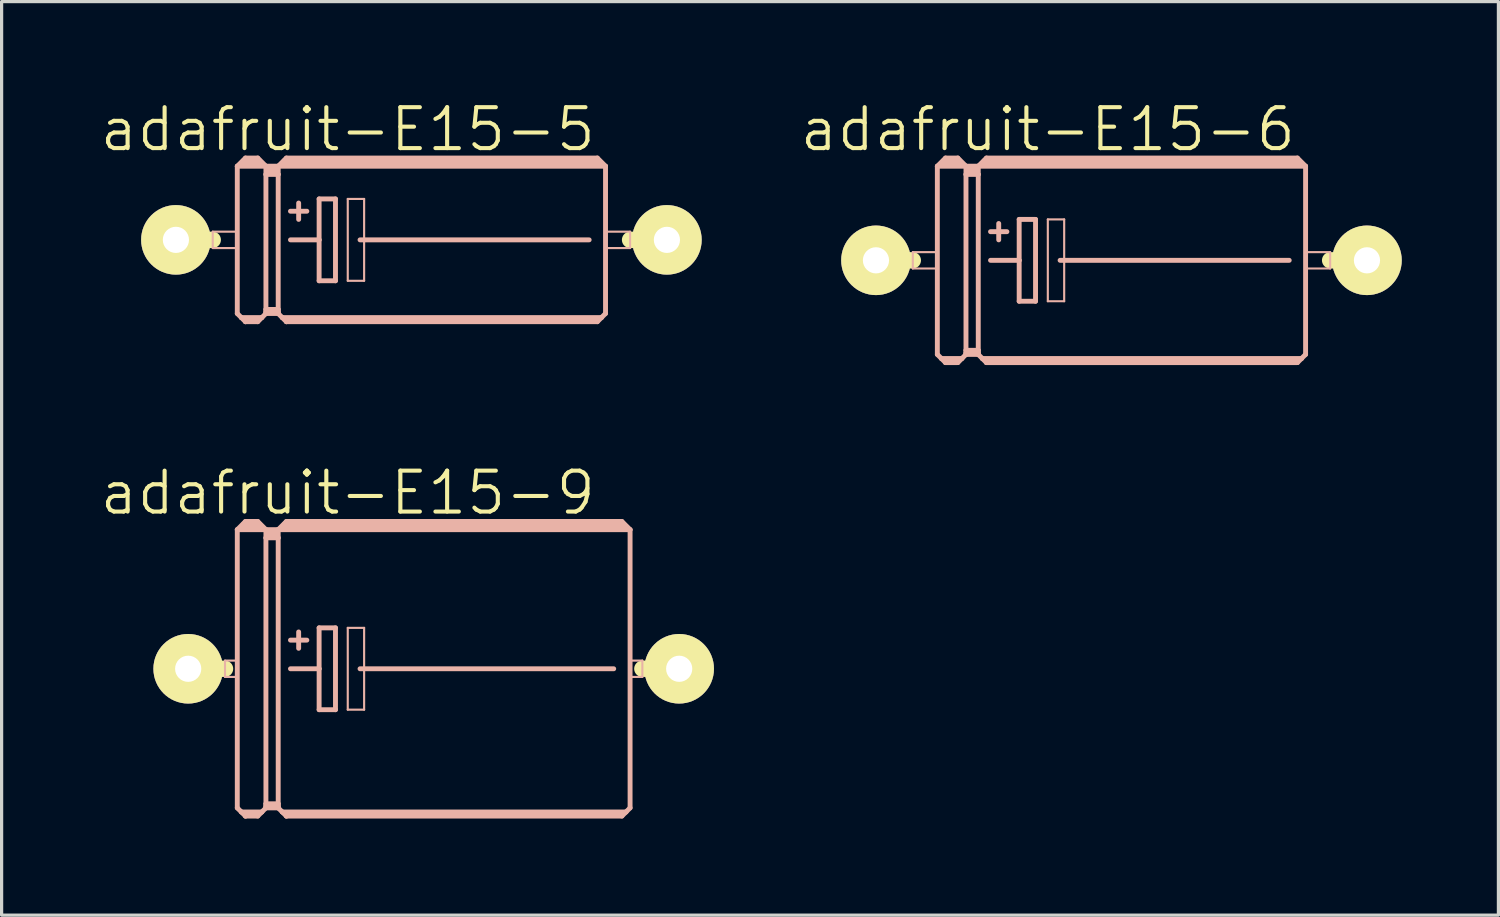
<source format=kicad_pcb>
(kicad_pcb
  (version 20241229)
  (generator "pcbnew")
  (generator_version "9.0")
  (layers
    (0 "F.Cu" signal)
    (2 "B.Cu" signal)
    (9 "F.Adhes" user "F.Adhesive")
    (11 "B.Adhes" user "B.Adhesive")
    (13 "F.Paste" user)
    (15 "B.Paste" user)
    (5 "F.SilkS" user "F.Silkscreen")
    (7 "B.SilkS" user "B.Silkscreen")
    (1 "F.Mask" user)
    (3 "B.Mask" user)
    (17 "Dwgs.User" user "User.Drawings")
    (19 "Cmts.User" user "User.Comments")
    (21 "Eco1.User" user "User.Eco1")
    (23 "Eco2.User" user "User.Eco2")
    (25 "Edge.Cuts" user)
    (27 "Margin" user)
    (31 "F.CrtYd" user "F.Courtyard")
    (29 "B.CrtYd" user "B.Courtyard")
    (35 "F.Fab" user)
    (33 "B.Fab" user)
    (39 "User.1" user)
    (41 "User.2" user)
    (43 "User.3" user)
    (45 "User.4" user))
  (footprint "adafruit-E15-6"
    (layer "F.Cu")
    (at 31.759 5.03)
    (property "Reference" "adafruit-E15-6" (at -2.286 -4.064 0) (layer "F.SilkS") (effects (font (size 1.27 1.27) (thickness 0.127))))
    (attr exclude_from_pos_files exclude_from_bom)
    (fp_line (start -7.62 0) (end -6.477 0) (stroke (width 0.508) (type solid)) (layer "F.SilkS"))
    (fp_line (start 7.62 0) (end 6.477 0) (stroke (width 0.508) (type solid)) (layer "F.SilkS"))
    (fp_line (start -6.477 -0.254) (end -5.715 -0.254) (stroke (width 0.066) (type solid)) (layer "B.SilkS"))
    (fp_line (start -6.477 0.254) (end -6.477 -0.254) (stroke (width 0.066) (type solid)) (layer "B.SilkS"))
    (fp_line (start -6.477 0.254) (end -5.715 0.254) (stroke (width 0.066) (type solid)) (layer "B.SilkS"))
    (fp_line (start -5.715 -2.921) (end -4.826 -2.921) (stroke (width 0.152) (type solid)) (layer "B.SilkS"))
    (fp_line (start -5.715 0.254) (end -5.715 -0.254) (stroke (width 0.066) (type solid)) (layer "B.SilkS"))
    (fp_line (start -5.715 2.921) (end -5.715 -2.921) (stroke (width 0.152) (type solid)) (layer "B.SilkS"))
    (fp_line (start -5.715 2.921) (end -5.588 3.048) (stroke (width 0.152) (type solid)) (layer "B.SilkS"))
    (fp_line (start -5.588 3.048) (end -5.461 3.175) (stroke (width 0.152) (type solid)) (layer "B.SilkS"))
    (fp_line (start -5.588 3.048) (end -4.953 3.048) (stroke (width 0.152) (type solid)) (layer "B.SilkS"))
    (fp_line (start -5.461 -3.175) (end -5.715 -2.921) (stroke (width 0.152) (type solid)) (layer "B.SilkS"))
    (fp_line (start -5.461 -3.175) (end -5.08 -3.175) (stroke (width 0.152) (type solid)) (layer "B.SilkS"))
    (fp_line (start -5.461 -3.048) (end -5.08 -3.048) (stroke (width 0.305) (type solid)) (layer "B.SilkS"))
    (fp_line (start -5.461 3.124) (end -5.461 3.175) (stroke (width 0.152) (type solid)) (layer "B.SilkS"))
    (fp_line (start -5.461 3.175) (end -5.08 3.175) (stroke (width 0.152) (type solid)) (layer "B.SilkS"))
    (fp_line (start -5.08 -3.175) (end -4.826 -2.921) (stroke (width 0.152) (type solid)) (layer "B.SilkS"))
    (fp_line (start -5.08 3.124) (end -5.461 3.124) (stroke (width 0.152) (type solid)) (layer "B.SilkS"))
    (fp_line (start -5.08 3.175) (end -4.953 3.048) (stroke (width 0.152) (type solid)) (layer "B.SilkS"))
    (fp_line (start -4.953 3.048) (end -4.826 2.921) (stroke (width 0.152) (type solid)) (layer "B.SilkS"))
    (fp_line (start -4.826 -2.921) (end -4.826 -2.667) (stroke (width 0.152) (type solid)) (layer "B.SilkS"))
    (fp_line (start -4.826 -2.921) (end -4.445 -2.921) (stroke (width 0.152) (type solid)) (layer "B.SilkS"))
    (fp_line (start -4.826 -2.667) (end -4.826 2.794) (stroke (width 0.152) (type solid)) (layer "B.SilkS"))
    (fp_line (start -4.826 -2.667) (end -4.445 -2.667) (stroke (width 0.152) (type solid)) (layer "B.SilkS"))
    (fp_line (start -4.826 2.794) (end -4.826 2.87) (stroke (width 0.152) (type solid)) (layer "B.SilkS"))
    (fp_line (start -4.826 2.794) (end -4.445 2.794) (stroke (width 0.152) (type solid)) (layer "B.SilkS"))
    (fp_line (start -4.826 2.87) (end -4.826 2.921) (stroke (width 0.152) (type solid)) (layer "B.SilkS"))
    (fp_line (start -4.826 2.921) (end -4.445 2.921) (stroke (width 0.152) (type solid)) (layer "B.SilkS"))
    (fp_line (start -4.699 -2.794) (end -4.572 -2.794) (stroke (width 0.305) (type solid)) (layer "B.SilkS"))
    (fp_line (start -4.445 -2.921) (end -4.445 -2.667) (stroke (width 0.152) (type solid)) (layer "B.SilkS"))
    (fp_line (start -4.445 -2.921) (end -4.191 -3.175) (stroke (width 0.152) (type solid)) (layer "B.SilkS"))
    (fp_line (start -4.445 -2.921) (end 5.715 -2.921) (stroke (width 0.152) (type solid)) (layer "B.SilkS"))
    (fp_line (start -4.445 -2.667) (end -4.445 2.794) (stroke (width 0.152) (type solid)) (layer "B.SilkS"))
    (fp_line (start -4.445 2.794) (end -4.445 2.87) (stroke (width 0.152) (type solid)) (layer "B.SilkS"))
    (fp_line (start -4.445 2.87) (end -4.826 2.87) (stroke (width 0.152) (type solid)) (layer "B.SilkS"))
    (fp_line (start -4.445 2.87) (end -4.445 2.921) (stroke (width 0.152) (type solid)) (layer "B.SilkS"))
    (fp_line (start -4.445 2.921) (end -4.318 3.048) (stroke (width 0.152) (type solid)) (layer "B.SilkS"))
    (fp_line (start -4.318 3.048) (end -4.191 3.175) (stroke (width 0.152) (type solid)) (layer "B.SilkS"))
    (fp_line (start -4.318 3.048) (end 5.588 3.048) (stroke (width 0.152) (type solid)) (layer "B.SilkS"))
    (fp_line (start -4.191 -3.175) (end 5.461 -3.175) (stroke (width 0.152) (type solid)) (layer "B.SilkS"))
    (fp_line (start -4.191 -3.048) (end 5.461 -3.048) (stroke (width 0.305) (type solid)) (layer "B.SilkS"))
    (fp_line (start -4.191 3.124) (end -4.191 3.175) (stroke (width 0.152) (type solid)) (layer "B.SilkS"))
    (fp_line (start -4.191 3.175) (end 5.461 3.175) (stroke (width 0.152) (type solid)) (layer "B.SilkS"))
    (fp_line (start -4.064 -0.889) (end -3.556 -0.889) (stroke (width 0.152) (type solid)) (layer "B.SilkS"))
    (fp_line (start -4.064 0) (end -3.175 0) (stroke (width 0.152) (type solid)) (layer "B.SilkS"))
    (fp_line (start -3.81 -1.143) (end -3.81 -0.635) (stroke (width 0.152) (type solid)) (layer "B.SilkS"))
    (fp_line (start -3.175 -1.27) (end -3.175 0) (stroke (width 0.152) (type solid)) (layer "B.SilkS"))
    (fp_line (start -3.175 0) (end -3.175 1.27) (stroke (width 0.152) (type solid)) (layer "B.SilkS"))
    (fp_line (start -3.175 1.27) (end -2.667 1.27) (stroke (width 0.152) (type solid)) (layer "B.SilkS"))
    (fp_line (start -2.667 -1.27) (end -3.175 -1.27) (stroke (width 0.152) (type solid)) (layer "B.SilkS"))
    (fp_line (start -2.667 1.27) (end -2.667 -1.27) (stroke (width 0.152) (type solid)) (layer "B.SilkS"))
    (fp_line (start -2.286 -1.27) (end -1.778 -1.27) (stroke (width 0.066) (type solid)) (layer "B.SilkS"))
    (fp_line (start -2.286 1.27) (end -2.286 -1.27) (stroke (width 0.066) (type solid)) (layer "B.SilkS"))
    (fp_line (start -2.286 1.27) (end -1.778 1.27) (stroke (width 0.066) (type solid)) (layer "B.SilkS"))
    (fp_line (start -1.905 0) (end 5.207 0) (stroke (width 0.152) (type solid)) (layer "B.SilkS"))
    (fp_line (start -1.778 1.27) (end -1.778 -1.27) (stroke (width 0.066) (type solid)) (layer "B.SilkS"))
    (fp_line (start 5.461 3.124) (end -4.191 3.124) (stroke (width 0.152) (type solid)) (layer "B.SilkS"))
    (fp_line (start 5.588 3.048) (end 5.461 3.175) (stroke (width 0.152) (type solid)) (layer "B.SilkS"))
    (fp_line (start 5.715 -2.921) (end 5.461 -3.175) (stroke (width 0.152) (type solid)) (layer "B.SilkS"))
    (fp_line (start 5.715 -2.921) (end 5.715 2.921) (stroke (width 0.152) (type solid)) (layer "B.SilkS"))
    (fp_line (start 5.715 -0.254) (end 6.477 -0.254) (stroke (width 0.066) (type solid)) (layer "B.SilkS"))
    (fp_line (start 5.715 0.254) (end 5.715 -0.254) (stroke (width 0.066) (type solid)) (layer "B.SilkS"))
    (fp_line (start 5.715 0.254) (end 6.477 0.254) (stroke (width 0.066) (type solid)) (layer "B.SilkS"))
    (fp_line (start 5.715 2.921) (end 5.588 3.048) (stroke (width 0.152) (type solid)) (layer "B.SilkS"))
    (fp_line (start 6.477 0.254) (end 6.477 -0.254) (stroke (width 0.066) (type solid)) (layer "B.SilkS"))
    (pad "+" thru_hole circle (at -7.62 0) (size 2.159 2.159) (drill 0.813) (layers "*.Cu" "F.Mask" "F.SilkS" "F.Paste"))
    (pad "-" thru_hole circle (at 7.62 0) (size 2.159 2.159) (drill 0.813) (layers "*.Cu" "F.Mask" "F.SilkS" "F.Paste")))
  (footprint "adafruit-E15-5"
    (layer "F.Cu")
    (at 10.03 4.395)
    (property "Reference" "adafruit-E15-5" (at -2.286 -3.429 0) (layer "F.SilkS") (effects (font (size 1.27 1.27) (thickness 0.127))))
    (attr exclude_from_pos_files exclude_from_bom)
    (fp_line (start -7.62 0) (end -6.477 0) (stroke (width 0.508) (type solid)) (layer "F.SilkS"))
    (fp_line (start 7.62 0) (end 6.477 0) (stroke (width 0.508) (type solid)) (layer "F.SilkS"))
    (fp_line (start -6.477 -0.254) (end -5.715 -0.254) (stroke (width 0.066) (type solid)) (layer "B.SilkS"))
    (fp_line (start -6.477 0.254) (end -6.477 -0.254) (stroke (width 0.066) (type solid)) (layer "B.SilkS"))
    (fp_line (start -6.477 0.254) (end -5.715 0.254) (stroke (width 0.066) (type solid)) (layer "B.SilkS"))
    (fp_line (start -5.715 -2.286) (end -4.826 -2.286) (stroke (width 0.152) (type solid)) (layer "B.SilkS"))
    (fp_line (start -5.715 0.254) (end -5.715 -0.254) (stroke (width 0.066) (type solid)) (layer "B.SilkS"))
    (fp_line (start -5.715 2.286) (end -5.715 -2.286) (stroke (width 0.152) (type solid)) (layer "B.SilkS"))
    (fp_line (start -5.715 2.286) (end -5.588 2.413) (stroke (width 0.152) (type solid)) (layer "B.SilkS"))
    (fp_line (start -5.588 2.413) (end -5.461 2.54) (stroke (width 0.152) (type solid)) (layer "B.SilkS"))
    (fp_line (start -5.588 2.413) (end -4.953 2.413) (stroke (width 0.152) (type solid)) (layer "B.SilkS"))
    (fp_line (start -5.461 -2.54) (end -5.715 -2.286) (stroke (width 0.152) (type solid)) (layer "B.SilkS"))
    (fp_line (start -5.461 -2.54) (end -5.08 -2.54) (stroke (width 0.152) (type solid)) (layer "B.SilkS"))
    (fp_line (start -5.461 -2.413) (end -5.08 -2.413) (stroke (width 0.305) (type solid)) (layer "B.SilkS"))
    (fp_line (start -5.461 2.489) (end -5.461 2.54) (stroke (width 0.152) (type solid)) (layer "B.SilkS"))
    (fp_line (start -5.461 2.54) (end -5.08 2.54) (stroke (width 0.152) (type solid)) (layer "B.SilkS"))
    (fp_line (start -5.08 -2.54) (end -4.826 -2.286) (stroke (width 0.152) (type solid)) (layer "B.SilkS"))
    (fp_line (start -5.08 2.489) (end -5.461 2.489) (stroke (width 0.152) (type solid)) (layer "B.SilkS"))
    (fp_line (start -5.08 2.54) (end -4.953 2.413) (stroke (width 0.152) (type solid)) (layer "B.SilkS"))
    (fp_line (start -4.953 2.413) (end -4.826 2.286) (stroke (width 0.152) (type solid)) (layer "B.SilkS"))
    (fp_line (start -4.826 -2.286) (end -4.826 -2.032) (stroke (width 0.152) (type solid)) (layer "B.SilkS"))
    (fp_line (start -4.826 -2.286) (end -4.445 -2.286) (stroke (width 0.152) (type solid)) (layer "B.SilkS"))
    (fp_line (start -4.826 -2.032) (end -4.826 2.159) (stroke (width 0.152) (type solid)) (layer "B.SilkS"))
    (fp_line (start -4.826 -2.032) (end -4.445 -2.032) (stroke (width 0.152) (type solid)) (layer "B.SilkS"))
    (fp_line (start -4.826 2.159) (end -4.826 2.235) (stroke (width 0.152) (type solid)) (layer "B.SilkS"))
    (fp_line (start -4.826 2.159) (end -4.445 2.159) (stroke (width 0.152) (type solid)) (layer "B.SilkS"))
    (fp_line (start -4.826 2.235) (end -4.826 2.286) (stroke (width 0.152) (type solid)) (layer "B.SilkS"))
    (fp_line (start -4.826 2.286) (end -4.445 2.286) (stroke (width 0.152) (type solid)) (layer "B.SilkS"))
    (fp_line (start -4.699 -2.159) (end -4.572 -2.159) (stroke (width 0.305) (type solid)) (layer "B.SilkS"))
    (fp_line (start -4.445 -2.286) (end -4.445 -2.032) (stroke (width 0.152) (type solid)) (layer "B.SilkS"))
    (fp_line (start -4.445 -2.286) (end -4.191 -2.54) (stroke (width 0.152) (type solid)) (layer "B.SilkS"))
    (fp_line (start -4.445 -2.286) (end 5.715 -2.286) (stroke (width 0.152) (type solid)) (layer "B.SilkS"))
    (fp_line (start -4.445 -2.032) (end -4.445 2.159) (stroke (width 0.152) (type solid)) (layer "B.SilkS"))
    (fp_line (start -4.445 2.159) (end -4.445 2.235) (stroke (width 0.152) (type solid)) (layer "B.SilkS"))
    (fp_line (start -4.445 2.235) (end -4.826 2.235) (stroke (width 0.152) (type solid)) (layer "B.SilkS"))
    (fp_line (start -4.445 2.235) (end -4.445 2.286) (stroke (width 0.152) (type solid)) (layer "B.SilkS"))
    (fp_line (start -4.445 2.286) (end -4.318 2.413) (stroke (width 0.152) (type solid)) (layer "B.SilkS"))
    (fp_line (start -4.318 2.413) (end -4.191 2.54) (stroke (width 0.152) (type solid)) (layer "B.SilkS"))
    (fp_line (start -4.318 2.413) (end 5.588 2.413) (stroke (width 0.152) (type solid)) (layer "B.SilkS"))
    (fp_line (start -4.191 -2.54) (end 5.461 -2.54) (stroke (width 0.152) (type solid)) (layer "B.SilkS"))
    (fp_line (start -4.191 -2.413) (end 5.461 -2.413) (stroke (width 0.305) (type solid)) (layer "B.SilkS"))
    (fp_line (start -4.191 2.489) (end -4.191 2.54) (stroke (width 0.152) (type solid)) (layer "B.SilkS"))
    (fp_line (start -4.191 2.54) (end 5.461 2.54) (stroke (width 0.152) (type solid)) (layer "B.SilkS"))
    (fp_line (start -4.064 -0.889) (end -3.556 -0.889) (stroke (width 0.152) (type solid)) (layer "B.SilkS"))
    (fp_line (start -4.064 0) (end -3.175 0) (stroke (width 0.152) (type solid)) (layer "B.SilkS"))
    (fp_line (start -3.81 -1.143) (end -3.81 -0.635) (stroke (width 0.152) (type solid)) (layer "B.SilkS"))
    (fp_line (start -3.175 -1.27) (end -3.175 0) (stroke (width 0.152) (type solid)) (layer "B.SilkS"))
    (fp_line (start -3.175 0) (end -3.175 1.27) (stroke (width 0.152) (type solid)) (layer "B.SilkS"))
    (fp_line (start -3.175 1.27) (end -2.667 1.27) (stroke (width 0.152) (type solid)) (layer "B.SilkS"))
    (fp_line (start -2.667 -1.27) (end -3.175 -1.27) (stroke (width 0.152) (type solid)) (layer "B.SilkS"))
    (fp_line (start -2.667 1.27) (end -2.667 -1.27) (stroke (width 0.152) (type solid)) (layer "B.SilkS"))
    (fp_line (start -2.286 -1.27) (end -1.778 -1.27) (stroke (width 0.066) (type solid)) (layer "B.SilkS"))
    (fp_line (start -2.286 1.27) (end -2.286 -1.27) (stroke (width 0.066) (type solid)) (layer "B.SilkS"))
    (fp_line (start -2.286 1.27) (end -1.778 1.27) (stroke (width 0.066) (type solid)) (layer "B.SilkS"))
    (fp_line (start -1.905 0) (end 5.207 0) (stroke (width 0.152) (type solid)) (layer "B.SilkS"))
    (fp_line (start -1.778 1.27) (end -1.778 -1.27) (stroke (width 0.066) (type solid)) (layer "B.SilkS"))
    (fp_line (start 5.461 2.489) (end -4.191 2.489) (stroke (width 0.152) (type solid)) (layer "B.SilkS"))
    (fp_line (start 5.588 2.413) (end 5.461 2.54) (stroke (width 0.152) (type solid)) (layer "B.SilkS"))
    (fp_line (start 5.715 -2.286) (end 5.461 -2.54) (stroke (width 0.152) (type solid)) (layer "B.SilkS"))
    (fp_line (start 5.715 -2.286) (end 5.715 2.286) (stroke (width 0.152) (type solid)) (layer "B.SilkS"))
    (fp_line (start 5.715 -0.254) (end 6.477 -0.254) (stroke (width 0.066) (type solid)) (layer "B.SilkS"))
    (fp_line (start 5.715 0.254) (end 5.715 -0.254) (stroke (width 0.066) (type solid)) (layer "B.SilkS"))
    (fp_line (start 5.715 0.254) (end 6.477 0.254) (stroke (width 0.066) (type solid)) (layer "B.SilkS"))
    (fp_line (start 5.715 2.286) (end 5.588 2.413) (stroke (width 0.152) (type solid)) (layer "B.SilkS"))
    (fp_line (start 6.477 0.254) (end 6.477 -0.254) (stroke (width 0.066) (type solid)) (layer "B.SilkS"))
    (pad "+" thru_hole circle (at -7.62 0) (size 2.159 2.159) (drill 0.813) (layers "*.Cu" "F.Mask" "F.SilkS" "F.Paste"))
    (pad "-" thru_hole circle (at 7.62 0) (size 2.159 2.159) (drill 0.813) (layers "*.Cu" "F.Mask" "F.SilkS" "F.Paste")))
  (footprint "adafruit-E15-9"
    (layer "F.Cu")
    (at 10.411 17.708)
    (property "Reference" "adafruit-E15-9" (at -2.667 -5.461 0) (layer "F.SilkS") (effects (font (size 1.27 1.27) (thickness 0.127))))
    (attr exclude_from_pos_files exclude_from_bom)
    (fp_line (start -7.62 0) (end -6.477 0) (stroke (width 0.508) (type solid)) (layer "F.SilkS"))
    (fp_line (start 7.62 0) (end 6.477 0) (stroke (width 0.508) (type solid)) (layer "F.SilkS"))
    (fp_line (start -6.477 -0.254) (end -6.096 -0.254) (stroke (width 0.066) (type solid)) (layer "B.SilkS"))
    (fp_line (start -6.477 0.254) (end -6.477 -0.254) (stroke (width 0.066) (type solid)) (layer "B.SilkS"))
    (fp_line (start -6.477 0.254) (end -6.096 0.254) (stroke (width 0.066) (type solid)) (layer "B.SilkS"))
    (fp_line (start -6.096 -4.318) (end -5.207 -4.318) (stroke (width 0.152) (type solid)) (layer "B.SilkS"))
    (fp_line (start -6.096 0.254) (end -6.096 -0.254) (stroke (width 0.066) (type solid)) (layer "B.SilkS"))
    (fp_line (start -6.096 4.318) (end -6.096 -4.318) (stroke (width 0.152) (type solid)) (layer "B.SilkS"))
    (fp_line (start -6.096 4.318) (end -5.969 4.445) (stroke (width 0.152) (type solid)) (layer "B.SilkS"))
    (fp_line (start -5.969 4.445) (end -5.842 4.572) (stroke (width 0.152) (type solid)) (layer "B.SilkS"))
    (fp_line (start -5.969 4.445) (end -5.334 4.445) (stroke (width 0.152) (type solid)) (layer "B.SilkS"))
    (fp_line (start -5.842 -4.572) (end -6.096 -4.318) (stroke (width 0.152) (type solid)) (layer "B.SilkS"))
    (fp_line (start -5.842 -4.572) (end -5.461 -4.572) (stroke (width 0.152) (type solid)) (layer "B.SilkS"))
    (fp_line (start -5.842 -4.445) (end -5.461 -4.445) (stroke (width 0.305) (type solid)) (layer "B.SilkS"))
    (fp_line (start -5.842 4.521) (end -5.842 4.572) (stroke (width 0.152) (type solid)) (layer "B.SilkS"))
    (fp_line (start -5.842 4.572) (end -5.461 4.572) (stroke (width 0.152) (type solid)) (layer "B.SilkS"))
    (fp_line (start -5.461 -4.572) (end -5.207 -4.318) (stroke (width 0.152) (type solid)) (layer "B.SilkS"))
    (fp_line (start -5.461 4.521) (end -5.842 4.521) (stroke (width 0.152) (type solid)) (layer "B.SilkS"))
    (fp_line (start -5.461 4.572) (end -5.334 4.445) (stroke (width 0.152) (type solid)) (layer "B.SilkS"))
    (fp_line (start -5.334 4.445) (end -5.207 4.318) (stroke (width 0.152) (type solid)) (layer "B.SilkS"))
    (fp_line (start -5.207 -4.318) (end -5.207 -4.064) (stroke (width 0.152) (type solid)) (layer "B.SilkS"))
    (fp_line (start -5.207 -4.318) (end -4.826 -4.318) (stroke (width 0.152) (type solid)) (layer "B.SilkS"))
    (fp_line (start -5.207 -4.064) (end -5.207 4.191) (stroke (width 0.152) (type solid)) (layer "B.SilkS"))
    (fp_line (start -5.207 -4.064) (end -4.826 -4.064) (stroke (width 0.152) (type solid)) (layer "B.SilkS"))
    (fp_line (start -5.207 4.191) (end -5.207 4.267) (stroke (width 0.152) (type solid)) (layer "B.SilkS"))
    (fp_line (start -5.207 4.191) (end -4.826 4.191) (stroke (width 0.152) (type solid)) (layer "B.SilkS"))
    (fp_line (start -5.207 4.267) (end -5.207 4.318) (stroke (width 0.152) (type solid)) (layer "B.SilkS"))
    (fp_line (start -5.207 4.318) (end -4.826 4.318) (stroke (width 0.152) (type solid)) (layer "B.SilkS"))
    (fp_line (start -5.08 -4.191) (end -4.953 -4.191) (stroke (width 0.305) (type solid)) (layer "B.SilkS"))
    (fp_line (start -4.826 -4.318) (end -4.826 -4.064) (stroke (width 0.152) (type solid)) (layer "B.SilkS"))
    (fp_line (start -4.826 -4.318) (end -4.572 -4.572) (stroke (width 0.152) (type solid)) (layer "B.SilkS"))
    (fp_line (start -4.826 -4.318) (end 6.096 -4.318) (stroke (width 0.152) (type solid)) (layer "B.SilkS"))
    (fp_line (start -4.826 -4.064) (end -4.826 4.191) (stroke (width 0.152) (type solid)) (layer "B.SilkS"))
    (fp_line (start -4.826 4.191) (end -4.826 4.267) (stroke (width 0.152) (type solid)) (layer "B.SilkS"))
    (fp_line (start -4.826 4.267) (end -5.207 4.267) (stroke (width 0.152) (type solid)) (layer "B.SilkS"))
    (fp_line (start -4.826 4.267) (end -4.826 4.318) (stroke (width 0.152) (type solid)) (layer "B.SilkS"))
    (fp_line (start -4.826 4.318) (end -4.699 4.445) (stroke (width 0.152) (type solid)) (layer "B.SilkS"))
    (fp_line (start -4.699 4.445) (end -4.572 4.572) (stroke (width 0.152) (type solid)) (layer "B.SilkS"))
    (fp_line (start -4.699 4.445) (end 5.969 4.445) (stroke (width 0.152) (type solid)) (layer "B.SilkS"))
    (fp_line (start -4.572 -4.572) (end 5.842 -4.572) (stroke (width 0.152) (type solid)) (layer "B.SilkS"))
    (fp_line (start -4.572 -4.445) (end 5.842 -4.445) (stroke (width 0.305) (type solid)) (layer "B.SilkS"))
    (fp_line (start -4.572 4.521) (end -4.572 4.572) (stroke (width 0.152) (type solid)) (layer "B.SilkS"))
    (fp_line (start -4.572 4.572) (end 5.842 4.572) (stroke (width 0.152) (type solid)) (layer "B.SilkS"))
    (fp_line (start -4.445 -0.889) (end -3.937 -0.889) (stroke (width 0.152) (type solid)) (layer "B.SilkS"))
    (fp_line (start -4.445 0) (end -3.556 0) (stroke (width 0.152) (type solid)) (layer "B.SilkS"))
    (fp_line (start -4.191 -1.143) (end -4.191 -0.635) (stroke (width 0.152) (type solid)) (layer "B.SilkS"))
    (fp_line (start -3.556 -1.27) (end -3.556 0) (stroke (width 0.152) (type solid)) (layer "B.SilkS"))
    (fp_line (start -3.556 0) (end -3.556 1.27) (stroke (width 0.152) (type solid)) (layer "B.SilkS"))
    (fp_line (start -3.556 1.27) (end -3.048 1.27) (stroke (width 0.152) (type solid)) (layer "B.SilkS"))
    (fp_line (start -3.048 -1.27) (end -3.556 -1.27) (stroke (width 0.152) (type solid)) (layer "B.SilkS"))
    (fp_line (start -3.048 1.27) (end -3.048 -1.27) (stroke (width 0.152) (type solid)) (layer "B.SilkS"))
    (fp_line (start -2.667 -1.27) (end -2.159 -1.27) (stroke (width 0.066) (type solid)) (layer "B.SilkS"))
    (fp_line (start -2.667 1.27) (end -2.667 -1.27) (stroke (width 0.066) (type solid)) (layer "B.SilkS"))
    (fp_line (start -2.667 1.27) (end -2.159 1.27) (stroke (width 0.066) (type solid)) (layer "B.SilkS"))
    (fp_line (start -2.286 0) (end 5.588 0) (stroke (width 0.152) (type solid)) (layer "B.SilkS"))
    (fp_line (start -2.159 1.27) (end -2.159 -1.27) (stroke (width 0.066) (type solid)) (layer "B.SilkS"))
    (fp_line (start 5.842 4.521) (end -4.572 4.521) (stroke (width 0.152) (type solid)) (layer "B.SilkS"))
    (fp_line (start 5.969 4.445) (end 5.842 4.572) (stroke (width 0.152) (type solid)) (layer "B.SilkS"))
    (fp_line (start 6.096 -4.318) (end 5.842 -4.572) (stroke (width 0.152) (type solid)) (layer "B.SilkS"))
    (fp_line (start 6.096 -4.318) (end 6.096 4.318) (stroke (width 0.152) (type solid)) (layer "B.SilkS"))
    (fp_line (start 6.096 -0.254) (end 6.477 -0.254) (stroke (width 0.066) (type solid)) (layer "B.SilkS"))
    (fp_line (start 6.096 0.254) (end 6.096 -0.254) (stroke (width 0.066) (type solid)) (layer "B.SilkS"))
    (fp_line (start 6.096 0.254) (end 6.477 0.254) (stroke (width 0.066) (type solid)) (layer "B.SilkS"))
    (fp_line (start 6.096 4.318) (end 5.969 4.445) (stroke (width 0.152) (type solid)) (layer "B.SilkS"))
    (fp_line (start 6.477 0.254) (end 6.477 -0.254) (stroke (width 0.066) (type solid)) (layer "B.SilkS"))
    (pad "+" thru_hole circle (at -7.62 0) (size 2.159 2.159) (drill 0.813) (layers "*.Cu" "F.Mask" "F.SilkS" "F.Paste"))
    (pad "-" thru_hole circle (at 7.62 0) (size 2.159 2.159) (drill 0.813) (layers "*.Cu" "F.Mask" "F.SilkS" "F.Paste")))
  (gr_rect
    (start -3 -3)
    (end 43.459 25.356)
    (stroke (width 0.1) (type default))
    (fill no)
    (layer "Edge.Cuts")))
</source>
